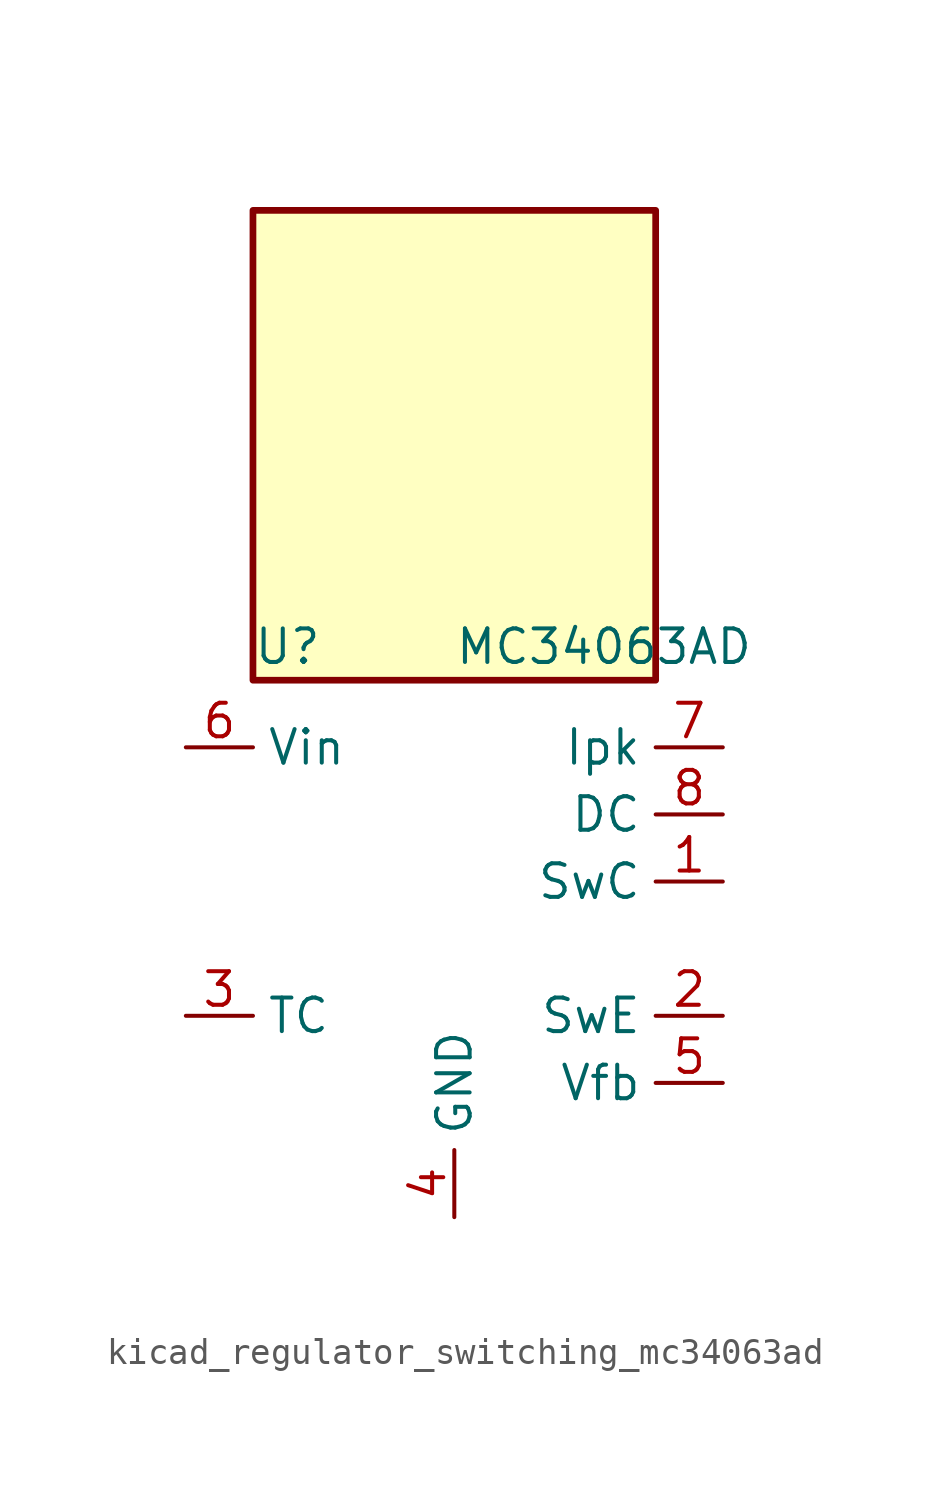
<source format=kicad_sym>
(kicad_symbol_lib
  (version 20220914)
  (generator kicad_symbol_editor)
  (symbol "kicad_regulator_switching_mc34063ad"
    (property "Reference" "U"
      (at -7.62 8.89 0)
      (effects (font (size 1.27 1.27)) (justify left)))
    (property "Value" "MC34063AD"
      (at 0 8.89 0)
      (effects (font (size 1.27 1.27)) (justify left)))
    (symbol "kicad_regulator_switching_mc34063ad_0_1"
      (rectangle (start 7.62 25.4) (end -7.62 7.62) (stroke (width 0.254) (type default)) (fill (type background))))
    (symbol "kicad_regulator_switching_mc34063ad_1_1"
      (pin open_collector line (at 10.16 0 180) (length 2.54) (name "SwC" (effects (font (size 1.27 1.27)))) (number "1" (effects (font (size 1.27 1.27)))))
      (pin open_emitter line (at 10.16 -5.08 180) (length 2.54) (name "SwE" (effects (font (size 1.27 1.27)))) (number "2" (effects (font (size 1.27 1.27)))))
      (pin passive line (at -10.16 -5.08 0) (length 2.54) (name "TC" (effects (font (size 1.27 1.27)))) (number "3" (effects (font (size 1.27 1.27)))))
      (pin power_in line (at 0 -12.7 90) (length 2.54) (name "GND" (effects (font (size 1.27 1.27)))) (number "4" (effects (font (size 1.27 1.27)))))
      (pin input line (at 10.16 -7.62 180) (length 2.54) (name "Vfb" (effects (font (size 1.27 1.27)))) (number "5" (effects (font (size 1.27 1.27)))))
      (pin power_in line (at -10.16 5.08 0) (length 2.54) (name "Vin" (effects (font (size 1.27 1.27)))) (number "6" (effects (font (size 1.27 1.27)))))
      (pin input line (at 10.16 5.08 180) (length 2.54) (name "Ipk" (effects (font (size 1.27 1.27)))) (number "7" (effects (font (size 1.27 1.27)))))
      (pin open_collector line (at 10.16 2.54 180) (length 2.54) (name "DC" (effects (font (size 1.27 1.27)))) (number "8" (effects (font (size 1.27 1.27))))))))
</source>
